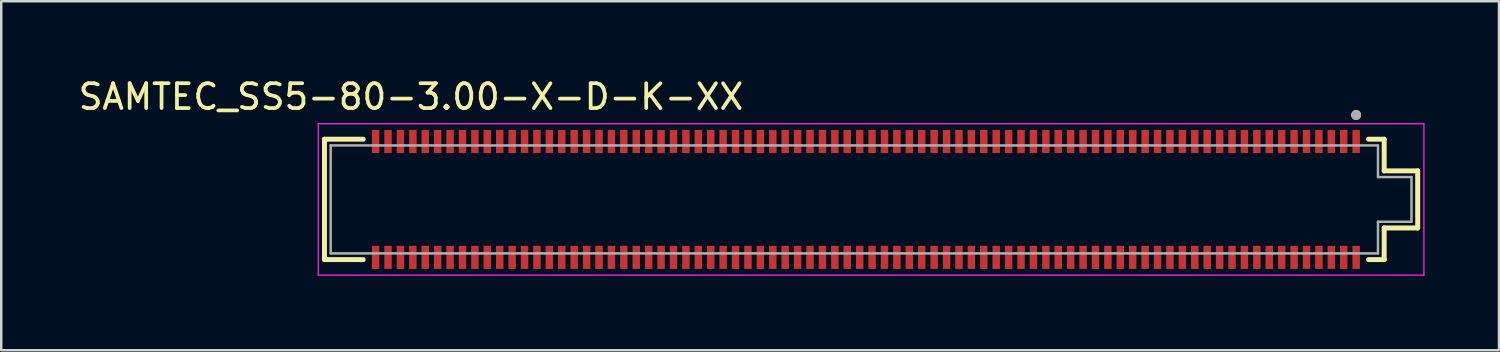
<source format=kicad_pcb>
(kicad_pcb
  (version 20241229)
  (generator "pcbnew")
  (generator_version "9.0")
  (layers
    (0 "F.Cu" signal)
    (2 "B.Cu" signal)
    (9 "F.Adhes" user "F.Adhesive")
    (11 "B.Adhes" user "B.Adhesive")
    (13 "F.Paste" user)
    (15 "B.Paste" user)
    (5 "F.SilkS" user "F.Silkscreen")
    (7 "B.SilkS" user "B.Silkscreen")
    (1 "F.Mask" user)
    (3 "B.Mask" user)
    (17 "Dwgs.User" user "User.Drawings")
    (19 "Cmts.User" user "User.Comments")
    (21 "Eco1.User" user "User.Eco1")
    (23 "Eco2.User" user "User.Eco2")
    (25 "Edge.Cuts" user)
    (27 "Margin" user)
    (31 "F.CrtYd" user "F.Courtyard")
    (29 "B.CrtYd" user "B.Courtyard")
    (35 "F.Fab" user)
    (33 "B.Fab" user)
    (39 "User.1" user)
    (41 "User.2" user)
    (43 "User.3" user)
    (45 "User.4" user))
  (footprint "SAMTEC_SS5-80-3.00-X-D-K-XX"
    (layer "F.Cu")
    (at 31.831 4.983)
    (property "Reference" "SAMTEC_SS5-80-3.00-X-D-K-XX" (at -18.325 -4.135 0) (layer "F.SilkS") (effects (font (size 1 1) (thickness 0.15))))
    (attr through_hole)
    (fp_line (start -21.81 -2.425) (end -20.25 -2.425) (stroke (width 0.2) (type solid)) (layer "F.SilkS"))
    (fp_line (start -21.81 2.425) (end -21.81 -2.425) (stroke (width 0.2) (type solid)) (layer "F.SilkS"))
    (fp_line (start -20.25 2.425) (end -21.81 2.425) (stroke (width 0.2) (type solid)) (layer "F.SilkS"))
    (fp_line (start 20.25 -2.425) (end 20.88 -2.425) (stroke (width 0.2) (type solid)) (layer "F.SilkS"))
    (fp_line (start 20.88 -2.425) (end 20.88 -1.15) (stroke (width 0.2) (type solid)) (layer "F.SilkS"))
    (fp_line (start 20.88 -1.15) (end 22.23 -1.15) (stroke (width 0.2) (type solid)) (layer "F.SilkS"))
    (fp_line (start 20.88 1.15) (end 20.88 2.425) (stroke (width 0.2) (type solid)) (layer "F.SilkS"))
    (fp_line (start 20.88 2.425) (end 20.25 2.425) (stroke (width 0.2) (type solid)) (layer "F.SilkS"))
    (fp_line (start 22.23 -1.15) (end 22.23 1.15) (stroke (width 0.2) (type solid)) (layer "F.SilkS"))
    (fp_line (start 22.23 1.15) (end 20.88 1.15) (stroke (width 0.2) (type solid)) (layer "F.SilkS"))
    (fp_circle (center 19.75 -3.4) (end 19.85 -3.4) (stroke (width 0.2) (type solid)) (fill no) (layer "F.SilkS"))
    (fp_line (start -22.06 -3.05) (end 22.48 -3.05) (stroke (width 0.05) (type solid)) (layer "F.CrtYd"))
    (fp_line (start -22.06 3.05) (end -22.06 -3.05) (stroke (width 0.05) (type solid)) (layer "F.CrtYd"))
    (fp_line (start 22.48 -3.05) (end 22.48 3.05) (stroke (width 0.05) (type solid)) (layer "F.CrtYd"))
    (fp_line (start 22.48 3.05) (end -22.06 3.05) (stroke (width 0.05) (type solid)) (layer "F.CrtYd"))
    (fp_line (start -21.56 -2.175) (end 20.63 -2.175) (stroke (width 0.1) (type solid)) (layer "F.Fab"))
    (fp_line (start -21.56 2.175) (end -21.56 -2.175) (stroke (width 0.1) (type solid)) (layer "F.Fab"))
    (fp_line (start 20.63 -2.175) (end 20.63 -0.9) (stroke (width 0.1) (type solid)) (layer "F.Fab"))
    (fp_line (start 20.63 -0.9) (end 21.98 -0.9) (stroke (width 0.1) (type solid)) (layer "F.Fab"))
    (fp_line (start 20.63 0.9) (end 20.63 2.175) (stroke (width 0.1) (type solid)) (layer "F.Fab"))
    (fp_line (start 20.63 2.175) (end -21.56 2.175) (stroke (width 0.1) (type solid)) (layer "F.Fab"))
    (fp_line (start 21.98 -0.9) (end 21.98 0.9) (stroke (width 0.1) (type solid)) (layer "F.Fab"))
    (fp_line (start 21.98 0.9) (end 20.63 0.9) (stroke (width 0.1) (type solid)) (layer "F.Fab"))
    (fp_circle (center 19.75 -3.4) (end 19.85 -3.4) (stroke (width 0.2) (type solid)) (fill no) (layer "F.Fab"))
    (pad "01" smd rect (at 19.75 -2.335) (size 0.3 0.93) (layers "F.Cu" "F.Mask" "F.Paste"))
    (pad "02" smd rect (at 19.75 2.335) (size 0.3 0.93) (layers "F.Cu" "F.Mask" "F.Paste"))
    (pad "03" smd rect (at 19.25 -2.335) (size 0.3 0.93) (layers "F.Cu" "F.Mask" "F.Paste"))
    (pad "04" smd rect (at 19.25 2.335) (size 0.3 0.93) (layers "F.Cu" "F.Mask" "F.Paste"))
    (pad "05" smd rect (at 18.75 -2.335) (size 0.3 0.93) (layers "F.Cu" "F.Mask" "F.Paste"))
    (pad "06" smd rect (at 18.75 2.335) (size 0.3 0.93) (layers "F.Cu" "F.Mask" "F.Paste"))
    (pad "07" smd rect (at 18.25 -2.335) (size 0.3 0.93) (layers "F.Cu" "F.Mask" "F.Paste"))
    (pad "08" smd rect (at 18.25 2.335) (size 0.3 0.93) (layers "F.Cu" "F.Mask" "F.Paste"))
    (pad "09" smd rect (at 17.75 -2.335) (size 0.3 0.93) (layers "F.Cu" "F.Mask" "F.Paste"))
    (pad "10" smd rect (at 17.75 2.335) (size 0.3 0.93) (layers "F.Cu" "F.Mask" "F.Paste"))
    (pad "11" smd rect (at 17.25 -2.335) (size 0.3 0.93) (layers "F.Cu" "F.Mask" "F.Paste"))
    (pad "12" smd rect (at 17.25 2.335) (size 0.3 0.93) (layers "F.Cu" "F.Mask" "F.Paste"))
    (pad "13" smd rect (at 16.75 -2.335) (size 0.3 0.93) (layers "F.Cu" "F.Mask" "F.Paste"))
    (pad "14" smd rect (at 16.75 2.335) (size 0.3 0.93) (layers "F.Cu" "F.Mask" "F.Paste"))
    (pad "15" smd rect (at 16.25 -2.335) (size 0.3 0.93) (layers "F.Cu" "F.Mask" "F.Paste"))
    (pad "16" smd rect (at 16.25 2.335) (size 0.3 0.93) (layers "F.Cu" "F.Mask" "F.Paste"))
    (pad "17" smd rect (at 15.75 -2.335) (size 0.3 0.93) (layers "F.Cu" "F.Mask" "F.Paste"))
    (pad "18" smd rect (at 15.75 2.335) (size 0.3 0.93) (layers "F.Cu" "F.Mask" "F.Paste"))
    (pad "19" smd rect (at 15.25 -2.335) (size 0.3 0.93) (layers "F.Cu" "F.Mask" "F.Paste"))
    (pad "20" smd rect (at 15.25 2.335) (size 0.3 0.93) (layers "F.Cu" "F.Mask" "F.Paste"))
    (pad "21" smd rect (at 14.75 -2.335) (size 0.3 0.93) (layers "F.Cu" "F.Mask" "F.Paste"))
    (pad "22" smd rect (at 14.75 2.335) (size 0.3 0.93) (layers "F.Cu" "F.Mask" "F.Paste"))
    (pad "23" smd rect (at 14.25 -2.335) (size 0.3 0.93) (layers "F.Cu" "F.Mask" "F.Paste"))
    (pad "24" smd rect (at 14.25 2.335) (size 0.3 0.93) (layers "F.Cu" "F.Mask" "F.Paste"))
    (pad "25" smd rect (at 13.75 -2.335) (size 0.3 0.93) (layers "F.Cu" "F.Mask" "F.Paste"))
    (pad "26" smd rect (at 13.75 2.335) (size 0.3 0.93) (layers "F.Cu" "F.Mask" "F.Paste"))
    (pad "27" smd rect (at 13.25 -2.335) (size 0.3 0.93) (layers "F.Cu" "F.Mask" "F.Paste"))
    (pad "28" smd rect (at 13.25 2.335) (size 0.3 0.93) (layers "F.Cu" "F.Mask" "F.Paste"))
    (pad "29" smd rect (at 12.75 -2.335) (size 0.3 0.93) (layers "F.Cu" "F.Mask" "F.Paste"))
    (pad "30" smd rect (at 12.75 2.335) (size 0.3 0.93) (layers "F.Cu" "F.Mask" "F.Paste"))
    (pad "31" smd rect (at 12.25 -2.335) (size 0.3 0.93) (layers "F.Cu" "F.Mask" "F.Paste"))
    (pad "32" smd rect (at 12.25 2.335) (size 0.3 0.93) (layers "F.Cu" "F.Mask" "F.Paste"))
    (pad "33" smd rect (at 11.75 -2.335) (size 0.3 0.93) (layers "F.Cu" "F.Mask" "F.Paste"))
    (pad "34" smd rect (at 11.75 2.335) (size 0.3 0.93) (layers "F.Cu" "F.Mask" "F.Paste"))
    (pad "35" smd rect (at 11.25 -2.335) (size 0.3 0.93) (layers "F.Cu" "F.Mask" "F.Paste"))
    (pad "36" smd rect (at 11.25 2.335) (size 0.3 0.93) (layers "F.Cu" "F.Mask" "F.Paste"))
    (pad "37" smd rect (at 10.75 -2.335) (size 0.3 0.93) (layers "F.Cu" "F.Mask" "F.Paste"))
    (pad "38" smd rect (at 10.75 2.335) (size 0.3 0.93) (layers "F.Cu" "F.Mask" "F.Paste"))
    (pad "39" smd rect (at 10.25 -2.335) (size 0.3 0.93) (layers "F.Cu" "F.Mask" "F.Paste"))
    (pad "40" smd rect (at 10.25 2.335) (size 0.3 0.93) (layers "F.Cu" "F.Mask" "F.Paste"))
    (pad "41" smd rect (at 9.75 -2.335) (size 0.3 0.93) (layers "F.Cu" "F.Mask" "F.Paste"))
    (pad "42" smd rect (at 9.75 2.335) (size 0.3 0.93) (layers "F.Cu" "F.Mask" "F.Paste"))
    (pad "43" smd rect (at 9.25 -2.335) (size 0.3 0.93) (layers "F.Cu" "F.Mask" "F.Paste"))
    (pad "44" smd rect (at 9.25 2.335) (size 0.3 0.93) (layers "F.Cu" "F.Mask" "F.Paste"))
    (pad "45" smd rect (at 8.75 -2.335) (size 0.3 0.93) (layers "F.Cu" "F.Mask" "F.Paste"))
    (pad "46" smd rect (at 8.75 2.335) (size 0.3 0.93) (layers "F.Cu" "F.Mask" "F.Paste"))
    (pad "47" smd rect (at 8.25 -2.335) (size 0.3 0.93) (layers "F.Cu" "F.Mask" "F.Paste"))
    (pad "48" smd rect (at 8.25 2.335) (size 0.3 0.93) (layers "F.Cu" "F.Mask" "F.Paste"))
    (pad "49" smd rect (at 7.75 -2.335) (size 0.3 0.93) (layers "F.Cu" "F.Mask" "F.Paste"))
    (pad "50" smd rect (at 7.75 2.335) (size 0.3 0.93) (layers "F.Cu" "F.Mask" "F.Paste"))
    (pad "51" smd rect (at 7.25 -2.335) (size 0.3 0.93) (layers "F.Cu" "F.Mask" "F.Paste"))
    (pad "52" smd rect (at 7.25 2.335) (size 0.3 0.93) (layers "F.Cu" "F.Mask" "F.Paste"))
    (pad "53" smd rect (at 6.75 -2.335) (size 0.3 0.93) (layers "F.Cu" "F.Mask" "F.Paste"))
    (pad "54" smd rect (at 6.75 2.335) (size 0.3 0.93) (layers "F.Cu" "F.Mask" "F.Paste"))
    (pad "55" smd rect (at 6.25 -2.335) (size 0.3 0.93) (layers "F.Cu" "F.Mask" "F.Paste"))
    (pad "56" smd rect (at 6.25 2.335) (size 0.3 0.93) (layers "F.Cu" "F.Mask" "F.Paste"))
    (pad "57" smd rect (at 5.75 -2.335) (size 0.3 0.93) (layers "F.Cu" "F.Mask" "F.Paste"))
    (pad "58" smd rect (at 5.75 2.335) (size 0.3 0.93) (layers "F.Cu" "F.Mask" "F.Paste"))
    (pad "59" smd rect (at 5.25 -2.335) (size 0.3 0.93) (layers "F.Cu" "F.Mask" "F.Paste"))
    (pad "60" smd rect (at 5.25 2.335) (size 0.3 0.93) (layers "F.Cu" "F.Mask" "F.Paste"))
    (pad "61" smd rect (at 4.75 -2.335) (size 0.3 0.93) (layers "F.Cu" "F.Mask" "F.Paste"))
    (pad "62" smd rect (at 4.75 2.335) (size 0.3 0.93) (layers "F.Cu" "F.Mask" "F.Paste"))
    (pad "63" smd rect (at 4.25 -2.335) (size 0.3 0.93) (layers "F.Cu" "F.Mask" "F.Paste"))
    (pad "64" smd rect (at 4.25 2.335) (size 0.3 0.93) (layers "F.Cu" "F.Mask" "F.Paste"))
    (pad "65" smd rect (at 3.75 -2.335) (size 0.3 0.93) (layers "F.Cu" "F.Mask" "F.Paste"))
    (pad "66" smd rect (at 3.75 2.335) (size 0.3 0.93) (layers "F.Cu" "F.Mask" "F.Paste"))
    (pad "67" smd rect (at 3.25 -2.335) (size 0.3 0.93) (layers "F.Cu" "F.Mask" "F.Paste"))
    (pad "68" smd rect (at 3.25 2.335) (size 0.3 0.93) (layers "F.Cu" "F.Mask" "F.Paste"))
    (pad "69" smd rect (at 2.75 -2.335) (size 0.3 0.93) (layers "F.Cu" "F.Mask" "F.Paste"))
    (pad "70" smd rect (at 2.75 2.335) (size 0.3 0.93) (layers "F.Cu" "F.Mask" "F.Paste"))
    (pad "71" smd rect (at 2.25 -2.335) (size 0.3 0.93) (layers "F.Cu" "F.Mask" "F.Paste"))
    (pad "72" smd rect (at 2.25 2.335) (size 0.3 0.93) (layers "F.Cu" "F.Mask" "F.Paste"))
    (pad "73" smd rect (at 1.75 -2.335) (size 0.3 0.93) (layers "F.Cu" "F.Mask" "F.Paste"))
    (pad "74" smd rect (at 1.75 2.335) (size 0.3 0.93) (layers "F.Cu" "F.Mask" "F.Paste"))
    (pad "75" smd rect (at 1.25 -2.335) (size 0.3 0.93) (layers "F.Cu" "F.Mask" "F.Paste"))
    (pad "76" smd rect (at 1.25 2.335) (size 0.3 0.93) (layers "F.Cu" "F.Mask" "F.Paste"))
    (pad "77" smd rect (at 0.75 -2.335) (size 0.3 0.93) (layers "F.Cu" "F.Mask" "F.Paste"))
    (pad "78" smd rect (at 0.75 2.335) (size 0.3 0.93) (layers "F.Cu" "F.Mask" "F.Paste"))
    (pad "79" smd rect (at 0.25 -2.335) (size 0.3 0.93) (layers "F.Cu" "F.Mask" "F.Paste"))
    (pad "80" smd rect (at 0.25 2.335) (size 0.3 0.93) (layers "F.Cu" "F.Mask" "F.Paste"))
    (pad "81" smd rect (at -0.25 -2.335) (size 0.3 0.93) (layers "F.Cu" "F.Mask" "F.Paste"))
    (pad "82" smd rect (at -0.25 2.335) (size 0.3 0.93) (layers "F.Cu" "F.Mask" "F.Paste"))
    (pad "83" smd rect (at -0.75 -2.335) (size 0.3 0.93) (layers "F.Cu" "F.Mask" "F.Paste"))
    (pad "84" smd rect (at -0.75 2.335) (size 0.3 0.93) (layers "F.Cu" "F.Mask" "F.Paste"))
    (pad "85" smd rect (at -1.25 -2.335) (size 0.3 0.93) (layers "F.Cu" "F.Mask" "F.Paste"))
    (pad "86" smd rect (at -1.25 2.335) (size 0.3 0.93) (layers "F.Cu" "F.Mask" "F.Paste"))
    (pad "87" smd rect (at -1.75 -2.335) (size 0.3 0.93) (layers "F.Cu" "F.Mask" "F.Paste"))
    (pad "88" smd rect (at -1.75 2.335) (size 0.3 0.93) (layers "F.Cu" "F.Mask" "F.Paste"))
    (pad "89" smd rect (at -2.25 -2.335) (size 0.3 0.93) (layers "F.Cu" "F.Mask" "F.Paste"))
    (pad "90" smd rect (at -2.25 2.335) (size 0.3 0.93) (layers "F.Cu" "F.Mask" "F.Paste"))
    (pad "91" smd rect (at -2.75 -2.335) (size 0.3 0.93) (layers "F.Cu" "F.Mask" "F.Paste"))
    (pad "92" smd rect (at -2.75 2.335) (size 0.3 0.93) (layers "F.Cu" "F.Mask" "F.Paste"))
    (pad "93" smd rect (at -3.25 -2.335) (size 0.3 0.93) (layers "F.Cu" "F.Mask" "F.Paste"))
    (pad "94" smd rect (at -3.25 2.335) (size 0.3 0.93) (layers "F.Cu" "F.Mask" "F.Paste"))
    (pad "95" smd rect (at -3.75 -2.335) (size 0.3 0.93) (layers "F.Cu" "F.Mask" "F.Paste"))
    (pad "96" smd rect (at -3.75 2.335) (size 0.3 0.93) (layers "F.Cu" "F.Mask" "F.Paste"))
    (pad "97" smd rect (at -4.25 -2.335) (size 0.3 0.93) (layers "F.Cu" "F.Mask" "F.Paste"))
    (pad "98" smd rect (at -4.25 2.335) (size 0.3 0.93) (layers "F.Cu" "F.Mask" "F.Paste"))
    (pad "99" smd rect (at -4.75 -2.335) (size 0.3 0.93) (layers "F.Cu" "F.Mask" "F.Paste"))
    (pad "100" smd rect (at -4.75 2.335) (size 0.3 0.93) (layers "F.Cu" "F.Mask" "F.Paste"))
    (pad "101" smd rect (at -5.25 -2.335) (size 0.3 0.93) (layers "F.Cu" "F.Mask" "F.Paste"))
    (pad "102" smd rect (at -5.25 2.335) (size 0.3 0.93) (layers "F.Cu" "F.Mask" "F.Paste"))
    (pad "103" smd rect (at -5.75 -2.335) (size 0.3 0.93) (layers "F.Cu" "F.Mask" "F.Paste"))
    (pad "104" smd rect (at -5.75 2.335) (size 0.3 0.93) (layers "F.Cu" "F.Mask" "F.Paste"))
    (pad "105" smd rect (at -6.25 -2.335) (size 0.3 0.93) (layers "F.Cu" "F.Mask" "F.Paste"))
    (pad "106" smd rect (at -6.25 2.335) (size 0.3 0.93) (layers "F.Cu" "F.Mask" "F.Paste"))
    (pad "107" smd rect (at -6.75 -2.335) (size 0.3 0.93) (layers "F.Cu" "F.Mask" "F.Paste"))
    (pad "108" smd rect (at -6.75 2.335) (size 0.3 0.93) (layers "F.Cu" "F.Mask" "F.Paste"))
    (pad "109" smd rect (at -7.25 -2.335) (size 0.3 0.93) (layers "F.Cu" "F.Mask" "F.Paste"))
    (pad "110" smd rect (at -7.25 2.335) (size 0.3 0.93) (layers "F.Cu" "F.Mask" "F.Paste"))
    (pad "111" smd rect (at -7.75 -2.335) (size 0.3 0.93) (layers "F.Cu" "F.Mask" "F.Paste"))
    (pad "112" smd rect (at -7.75 2.335) (size 0.3 0.93) (layers "F.Cu" "F.Mask" "F.Paste"))
    (pad "113" smd rect (at -8.25 -2.335) (size 0.3 0.93) (layers "F.Cu" "F.Mask" "F.Paste"))
    (pad "114" smd rect (at -8.25 2.335) (size 0.3 0.93) (layers "F.Cu" "F.Mask" "F.Paste"))
    (pad "115" smd rect (at -8.75 -2.335) (size 0.3 0.93) (layers "F.Cu" "F.Mask" "F.Paste"))
    (pad "116" smd rect (at -8.75 2.335) (size 0.3 0.93) (layers "F.Cu" "F.Mask" "F.Paste"))
    (pad "117" smd rect (at -9.25 -2.335) (size 0.3 0.93) (layers "F.Cu" "F.Mask" "F.Paste"))
    (pad "118" smd rect (at -9.25 2.335) (size 0.3 0.93) (layers "F.Cu" "F.Mask" "F.Paste"))
    (pad "119" smd rect (at -9.75 -2.335) (size 0.3 0.93) (layers "F.Cu" "F.Mask" "F.Paste"))
    (pad "120" smd rect (at -9.75 2.335) (size 0.3 0.93) (layers "F.Cu" "F.Mask" "F.Paste"))
    (pad "121" smd rect (at -10.25 -2.335) (size 0.3 0.93) (layers "F.Cu" "F.Mask" "F.Paste"))
    (pad "122" smd rect (at -10.25 2.335) (size 0.3 0.93) (layers "F.Cu" "F.Mask" "F.Paste"))
    (pad "123" smd rect (at -10.75 -2.335) (size 0.3 0.93) (layers "F.Cu" "F.Mask" "F.Paste"))
    (pad "124" smd rect (at -10.75 2.335) (size 0.3 0.93) (layers "F.Cu" "F.Mask" "F.Paste"))
    (pad "125" smd rect (at -11.25 -2.335) (size 0.3 0.93) (layers "F.Cu" "F.Mask" "F.Paste"))
    (pad "126" smd rect (at -11.25 2.335) (size 0.3 0.93) (layers "F.Cu" "F.Mask" "F.Paste"))
    (pad "127" smd rect (at -11.75 -2.335) (size 0.3 0.93) (layers "F.Cu" "F.Mask" "F.Paste"))
    (pad "128" smd rect (at -11.75 2.335) (size 0.3 0.93) (layers "F.Cu" "F.Mask" "F.Paste"))
    (pad "129" smd rect (at -12.25 -2.335) (size 0.3 0.93) (layers "F.Cu" "F.Mask" "F.Paste"))
    (pad "130" smd rect (at -12.25 2.335) (size 0.3 0.93) (layers "F.Cu" "F.Mask" "F.Paste"))
    (pad "131" smd rect (at -12.75 -2.335) (size 0.3 0.93) (layers "F.Cu" "F.Mask" "F.Paste"))
    (pad "132" smd rect (at -12.75 2.335) (size 0.3 0.93) (layers "F.Cu" "F.Mask" "F.Paste"))
    (pad "133" smd rect (at -13.25 -2.335) (size 0.3 0.93) (layers "F.Cu" "F.Mask" "F.Paste"))
    (pad "134" smd rect (at -13.25 2.335) (size 0.3 0.93) (layers "F.Cu" "F.Mask" "F.Paste"))
    (pad "135" smd rect (at -13.75 -2.335) (size 0.3 0.93) (layers "F.Cu" "F.Mask" "F.Paste"))
    (pad "136" smd rect (at -13.75 2.335) (size 0.3 0.93) (layers "F.Cu" "F.Mask" "F.Paste"))
    (pad "137" smd rect (at -14.25 -2.335) (size 0.3 0.93) (layers "F.Cu" "F.Mask" "F.Paste"))
    (pad "138" smd rect (at -14.25 2.335) (size 0.3 0.93) (layers "F.Cu" "F.Mask" "F.Paste"))
    (pad "139" smd rect (at -14.75 -2.335) (size 0.3 0.93) (layers "F.Cu" "F.Mask" "F.Paste"))
    (pad "140" smd rect (at -14.75 2.335) (size 0.3 0.93) (layers "F.Cu" "F.Mask" "F.Paste"))
    (pad "141" smd rect (at -15.25 -2.335) (size 0.3 0.93) (layers "F.Cu" "F.Mask" "F.Paste"))
    (pad "142" smd rect (at -15.25 2.335) (size 0.3 0.93) (layers "F.Cu" "F.Mask" "F.Paste"))
    (pad "143" smd rect (at -15.75 -2.335) (size 0.3 0.93) (layers "F.Cu" "F.Mask" "F.Paste"))
    (pad "144" smd rect (at -15.75 2.335) (size 0.3 0.93) (layers "F.Cu" "F.Mask" "F.Paste"))
    (pad "145" smd rect (at -16.25 -2.335) (size 0.3 0.93) (layers "F.Cu" "F.Mask" "F.Paste"))
    (pad "146" smd rect (at -16.25 2.335) (size 0.3 0.93) (layers "F.Cu" "F.Mask" "F.Paste"))
    (pad "147" smd rect (at -16.75 -2.335) (size 0.3 0.93) (layers "F.Cu" "F.Mask" "F.Paste"))
    (pad "148" smd rect (at -16.75 2.335) (size 0.3 0.93) (layers "F.Cu" "F.Mask" "F.Paste"))
    (pad "149" smd rect (at -17.25 -2.335) (size 0.3 0.93) (layers "F.Cu" "F.Mask" "F.Paste"))
    (pad "150" smd rect (at -17.25 2.335) (size 0.3 0.93) (layers "F.Cu" "F.Mask" "F.Paste"))
    (pad "151" smd rect (at -17.75 -2.335) (size 0.3 0.93) (layers "F.Cu" "F.Mask" "F.Paste"))
    (pad "152" smd rect (at -17.75 2.335) (size 0.3 0.93) (layers "F.Cu" "F.Mask" "F.Paste"))
    (pad "153" smd rect (at -18.25 -2.335) (size 0.3 0.93) (layers "F.Cu" "F.Mask" "F.Paste"))
    (pad "154" smd rect (at -18.25 2.335) (size 0.3 0.93) (layers "F.Cu" "F.Mask" "F.Paste"))
    (pad "155" smd rect (at -18.75 -2.335) (size 0.3 0.93) (layers "F.Cu" "F.Mask" "F.Paste"))
    (pad "156" smd rect (at -18.75 2.335) (size 0.3 0.93) (layers "F.Cu" "F.Mask" "F.Paste"))
    (pad "157" smd rect (at -19.25 -2.335) (size 0.3 0.93) (layers "F.Cu" "F.Mask" "F.Paste"))
    (pad "158" smd rect (at -19.25 2.335) (size 0.3 0.93) (layers "F.Cu" "F.Mask" "F.Paste"))
    (pad "159" smd rect (at -19.75 -2.335) (size 0.3 0.93) (layers "F.Cu" "F.Mask" "F.Paste"))
    (pad "160" smd rect (at -19.75 2.335) (size 0.3 0.93) (layers "F.Cu" "F.Mask" "F.Paste"))
    (zone (net_name "") (layer "F.Cu") (hatch full 0.508) (connect_pads) (min_thickness 0.01) (filled_areas_thickness no) (keepout (tracks not_allowed) (vias not_allowed) (pads not_allowed) (copperpour not_allowed) (footprints allowed)) (placement (enabled no)) (fill) (polygon (pts (xy 11.931 3.113) (xy 51.731 3.113) (xy 51.731 6.853) (xy 11.931 6.853))))
    (zone (net_name "") (layers "F.Cu" "B.Cu") (hatch full 0.508) (connect_pads) (min_thickness 0.01) (filled_areas_thickness no) (keepout (tracks allowed) (vias not_allowed) (pads allowed) (copperpour allowed) (footprints allowed)) (placement (enabled no)) (fill) (polygon (pts (xy 11.931 3.113) (xy 51.731 3.113) (xy 51.731 6.853) (xy 11.931 6.853)))))
  (gr_rect
    (start -3 -3)
    (end 57.336 11.058)
    (stroke (width 0.1) (type default))
    (fill no)
    (layer "Edge.Cuts")))
</source>
